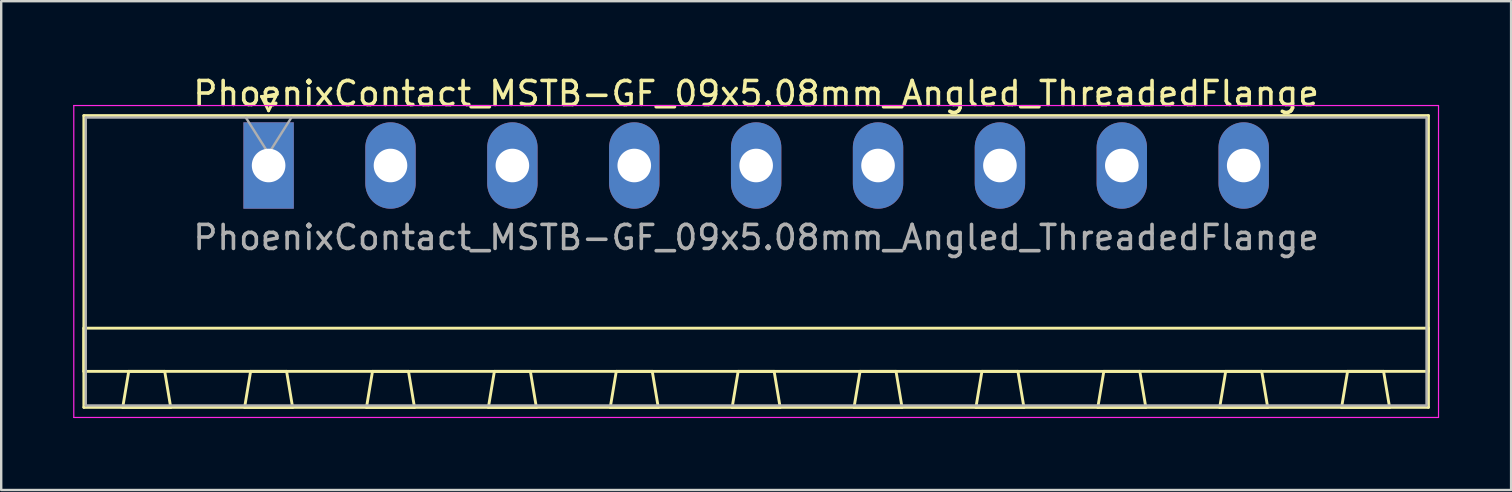
<source format=kicad_pcb>
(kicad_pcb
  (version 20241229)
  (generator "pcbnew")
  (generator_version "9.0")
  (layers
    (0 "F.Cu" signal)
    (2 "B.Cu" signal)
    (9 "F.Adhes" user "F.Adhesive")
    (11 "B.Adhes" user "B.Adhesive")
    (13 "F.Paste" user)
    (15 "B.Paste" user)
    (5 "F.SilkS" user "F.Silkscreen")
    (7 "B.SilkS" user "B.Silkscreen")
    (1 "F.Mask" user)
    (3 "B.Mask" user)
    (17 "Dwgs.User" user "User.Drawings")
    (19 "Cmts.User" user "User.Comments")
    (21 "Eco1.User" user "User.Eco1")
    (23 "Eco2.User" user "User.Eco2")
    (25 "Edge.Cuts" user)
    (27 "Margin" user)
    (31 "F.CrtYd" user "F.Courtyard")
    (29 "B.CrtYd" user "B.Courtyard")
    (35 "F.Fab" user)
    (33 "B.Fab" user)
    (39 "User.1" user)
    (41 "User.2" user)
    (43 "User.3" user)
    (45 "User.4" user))
  (footprint "PhoenixContact_MSTB-GF_09x5.08mm_Angled_ThreadedFlange"
    (layer "F.Cu")
    (at 8.145 3.848)
    (property "Reference" "PhoenixContact_MSTB-GF_09x5.08mm_Angled_ThreadedFlange" (at 20.32 -3 0) (layer "F.SilkS") (effects (font (size 1 1) (thickness 0.15))))
    (attr through_hole)
    (fp_line (start -7.7 -2.08) (end -7.7 10.08) (stroke (width 0.12) (type solid)) (layer "F.SilkS"))
    (fp_line (start -7.7 6.78) (end 48.34 6.78) (stroke (width 0.12) (type solid)) (layer "F.SilkS"))
    (fp_line (start -7.7 8.58) (end -7.7 6.78) (stroke (width 0.12) (type solid)) (layer "F.SilkS"))
    (fp_line (start -7.7 10.08) (end 48.34 10.08) (stroke (width 0.12) (type solid)) (layer "F.SilkS"))
    (fp_line (start -6.08 10.08) (end -4.08 10.08) (stroke (width 0.12) (type solid)) (layer "F.SilkS"))
    (fp_line (start -5.83 8.58) (end -6.08 10.08) (stroke (width 0.12) (type solid)) (layer "F.SilkS"))
    (fp_line (start -4.33 8.58) (end -5.83 8.58) (stroke (width 0.12) (type solid)) (layer "F.SilkS"))
    (fp_line (start -4.08 10.08) (end -4.33 8.58) (stroke (width 0.12) (type solid)) (layer "F.SilkS"))
    (fp_line (start -1 10.08) (end 1 10.08) (stroke (width 0.12) (type solid)) (layer "F.SilkS"))
    (fp_line (start -0.75 8.58) (end -1 10.08) (stroke (width 0.12) (type solid)) (layer "F.SilkS"))
    (fp_line (start -0.3 -2.88) (end 0.3 -2.88) (stroke (width 0.12) (type solid)) (layer "F.SilkS"))
    (fp_line (start 0 -2.28) (end -0.3 -2.88) (stroke (width 0.12) (type solid)) (layer "F.SilkS"))
    (fp_line (start 0.3 -2.88) (end 0 -2.28) (stroke (width 0.12) (type solid)) (layer "F.SilkS"))
    (fp_line (start 0.75 8.58) (end -0.75 8.58) (stroke (width 0.12) (type solid)) (layer "F.SilkS"))
    (fp_line (start 1 10.08) (end 0.75 8.58) (stroke (width 0.12) (type solid)) (layer "F.SilkS"))
    (fp_line (start 4.08 10.08) (end 6.08 10.08) (stroke (width 0.12) (type solid)) (layer "F.SilkS"))
    (fp_line (start 4.33 8.58) (end 4.08 10.08) (stroke (width 0.12) (type solid)) (layer "F.SilkS"))
    (fp_line (start 5.83 8.58) (end 4.33 8.58) (stroke (width 0.12) (type solid)) (layer "F.SilkS"))
    (fp_line (start 6.08 10.08) (end 5.83 8.58) (stroke (width 0.12) (type solid)) (layer "F.SilkS"))
    (fp_line (start 9.16 10.08) (end 11.16 10.08) (stroke (width 0.12) (type solid)) (layer "F.SilkS"))
    (fp_line (start 9.41 8.58) (end 9.16 10.08) (stroke (width 0.12) (type solid)) (layer "F.SilkS"))
    (fp_line (start 10.91 8.58) (end 9.41 8.58) (stroke (width 0.12) (type solid)) (layer "F.SilkS"))
    (fp_line (start 11.16 10.08) (end 10.91 8.58) (stroke (width 0.12) (type solid)) (layer "F.SilkS"))
    (fp_line (start 14.24 10.08) (end 16.24 10.08) (stroke (width 0.12) (type solid)) (layer "F.SilkS"))
    (fp_line (start 14.49 8.58) (end 14.24 10.08) (stroke (width 0.12) (type solid)) (layer "F.SilkS"))
    (fp_line (start 15.99 8.58) (end 14.49 8.58) (stroke (width 0.12) (type solid)) (layer "F.SilkS"))
    (fp_line (start 16.24 10.08) (end 15.99 8.58) (stroke (width 0.12) (type solid)) (layer "F.SilkS"))
    (fp_line (start 19.32 10.08) (end 21.32 10.08) (stroke (width 0.12) (type solid)) (layer "F.SilkS"))
    (fp_line (start 19.57 8.58) (end 19.32 10.08) (stroke (width 0.12) (type solid)) (layer "F.SilkS"))
    (fp_line (start 21.07 8.58) (end 19.57 8.58) (stroke (width 0.12) (type solid)) (layer "F.SilkS"))
    (fp_line (start 21.32 10.08) (end 21.07 8.58) (stroke (width 0.12) (type solid)) (layer "F.SilkS"))
    (fp_line (start 24.4 10.08) (end 26.4 10.08) (stroke (width 0.12) (type solid)) (layer "F.SilkS"))
    (fp_line (start 24.65 8.58) (end 24.4 10.08) (stroke (width 0.12) (type solid)) (layer "F.SilkS"))
    (fp_line (start 26.15 8.58) (end 24.65 8.58) (stroke (width 0.12) (type solid)) (layer "F.SilkS"))
    (fp_line (start 26.4 10.08) (end 26.15 8.58) (stroke (width 0.12) (type solid)) (layer "F.SilkS"))
    (fp_line (start 29.48 10.08) (end 31.48 10.08) (stroke (width 0.12) (type solid)) (layer "F.SilkS"))
    (fp_line (start 29.73 8.58) (end 29.48 10.08) (stroke (width 0.12) (type solid)) (layer "F.SilkS"))
    (fp_line (start 31.23 8.58) (end 29.73 8.58) (stroke (width 0.12) (type solid)) (layer "F.SilkS"))
    (fp_line (start 31.48 10.08) (end 31.23 8.58) (stroke (width 0.12) (type solid)) (layer "F.SilkS"))
    (fp_line (start 34.56 10.08) (end 36.56 10.08) (stroke (width 0.12) (type solid)) (layer "F.SilkS"))
    (fp_line (start 34.81 8.58) (end 34.56 10.08) (stroke (width 0.12) (type solid)) (layer "F.SilkS"))
    (fp_line (start 36.31 8.58) (end 34.81 8.58) (stroke (width 0.12) (type solid)) (layer "F.SilkS"))
    (fp_line (start 36.56 10.08) (end 36.31 8.58) (stroke (width 0.12) (type solid)) (layer "F.SilkS"))
    (fp_line (start 39.64 10.08) (end 41.64 10.08) (stroke (width 0.12) (type solid)) (layer "F.SilkS"))
    (fp_line (start 39.89 8.58) (end 39.64 10.08) (stroke (width 0.12) (type solid)) (layer "F.SilkS"))
    (fp_line (start 41.39 8.58) (end 39.89 8.58) (stroke (width 0.12) (type solid)) (layer "F.SilkS"))
    (fp_line (start 41.64 10.08) (end 41.39 8.58) (stroke (width 0.12) (type solid)) (layer "F.SilkS"))
    (fp_line (start 44.72 10.08) (end 46.72 10.08) (stroke (width 0.12) (type solid)) (layer "F.SilkS"))
    (fp_line (start 44.97 8.58) (end 44.72 10.08) (stroke (width 0.12) (type solid)) (layer "F.SilkS"))
    (fp_line (start 46.47 8.58) (end 44.97 8.58) (stroke (width 0.12) (type solid)) (layer "F.SilkS"))
    (fp_line (start 46.72 10.08) (end 46.47 8.58) (stroke (width 0.12) (type solid)) (layer "F.SilkS"))
    (fp_line (start 48.34 -2.08) (end -7.7 -2.08) (stroke (width 0.12) (type solid)) (layer "F.SilkS"))
    (fp_line (start 48.34 6.78) (end 48.34 8.58) (stroke (width 0.12) (type solid)) (layer "F.SilkS"))
    (fp_line (start 48.34 8.58) (end -7.7 8.58) (stroke (width 0.12) (type solid)) (layer "F.SilkS"))
    (fp_line (start 48.34 10.08) (end 48.34 -2.08) (stroke (width 0.12) (type solid)) (layer "F.SilkS"))
    (fp_line (start -8.12 -2.5) (end -8.12 10.5) (stroke (width 0.05) (type solid)) (layer "F.CrtYd"))
    (fp_line (start -8.12 10.5) (end 48.76 10.5) (stroke (width 0.05) (type solid)) (layer "F.CrtYd"))
    (fp_line (start 48.76 -2.5) (end -8.12 -2.5) (stroke (width 0.05) (type solid)) (layer "F.CrtYd"))
    (fp_line (start 48.76 10.5) (end 48.76 -2.5) (stroke (width 0.05) (type solid)) (layer "F.CrtYd"))
    (fp_line (start -7.62 -2) (end -7.62 10) (stroke (width 0.1) (type solid)) (layer "F.Fab"))
    (fp_line (start -7.62 10) (end 48.26 10) (stroke (width 0.1) (type solid)) (layer "F.Fab"))
    (fp_line (start 0 -0.5) (end -0.95 -2) (stroke (width 0.1) (type solid)) (layer "F.Fab"))
    (fp_line (start 0.95 -2) (end 0 -0.5) (stroke (width 0.1) (type solid)) (layer "F.Fab"))
    (fp_line (start 48.26 -2) (end -7.62 -2) (stroke (width 0.1) (type solid)) (layer "F.Fab"))
    (fp_line (start 48.26 10) (end 48.26 -2) (stroke (width 0.1) (type solid)) (layer "F.Fab"))
    (fp_text user "${REFERENCE}" (at 20.32 3 0) (layer "F.Fab") (effects (font (size 1 1) (thickness 0.15))))
    (pad "1" thru_hole rect (at 0 0) (size 2.1 3.6) (drill 1.4) (layers "*.Cu" "*.Mask"))
    (pad "2" thru_hole oval (at 5.08 0) (size 2.1 3.6) (drill 1.4) (layers "*.Cu" "*.Mask"))
    (pad "3" thru_hole oval (at 10.16 0) (size 2.1 3.6) (drill 1.4) (layers "*.Cu" "*.Mask"))
    (pad "4" thru_hole oval (at 15.24 0) (size 2.1 3.6) (drill 1.4) (layers "*.Cu" "*.Mask"))
    (pad "5" thru_hole oval (at 20.32 0) (size 2.1 3.6) (drill 1.4) (layers "*.Cu" "*.Mask"))
    (pad "6" thru_hole oval (at 25.4 0) (size 2.1 3.6) (drill 1.4) (layers "*.Cu" "*.Mask"))
    (pad "7" thru_hole oval (at 30.48 0) (size 2.1 3.6) (drill 1.4) (layers "*.Cu" "*.Mask"))
    (pad "8" thru_hole oval (at 35.56 0) (size 2.1 3.6) (drill 1.4) (layers "*.Cu" "*.Mask"))
    (pad "9" thru_hole oval (at 40.64 0) (size 2.1 3.6) (drill 1.4) (layers "*.Cu" "*.Mask")))
  (gr_rect
    (start -3 -3)
    (end 59.93 17.373)
    (stroke (width 0.1) (type default))
    (fill no)
    (layer "Edge.Cuts")))
</source>
